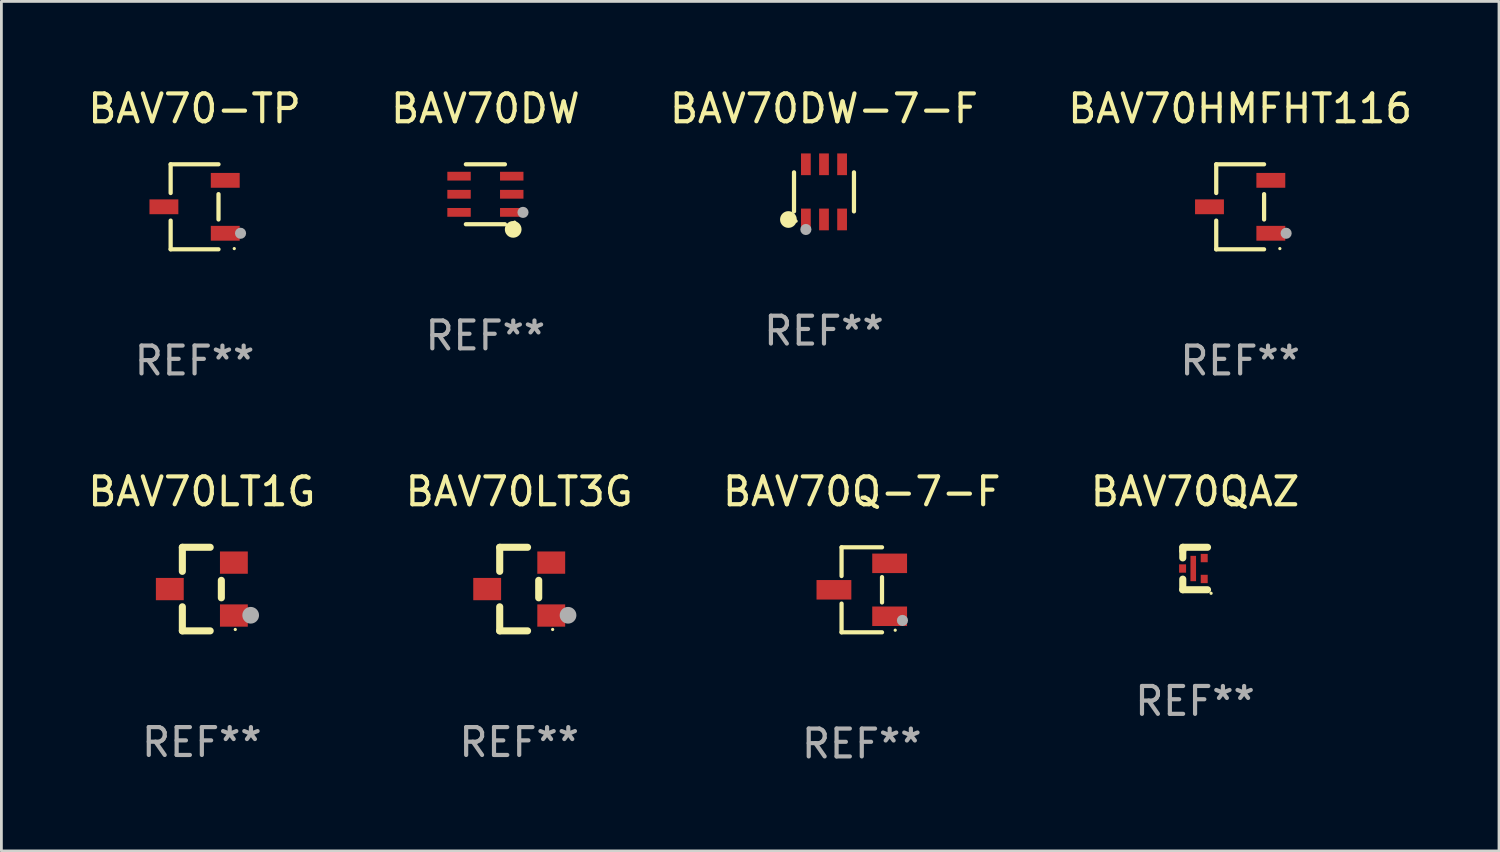
<source format=kicad_pcb>
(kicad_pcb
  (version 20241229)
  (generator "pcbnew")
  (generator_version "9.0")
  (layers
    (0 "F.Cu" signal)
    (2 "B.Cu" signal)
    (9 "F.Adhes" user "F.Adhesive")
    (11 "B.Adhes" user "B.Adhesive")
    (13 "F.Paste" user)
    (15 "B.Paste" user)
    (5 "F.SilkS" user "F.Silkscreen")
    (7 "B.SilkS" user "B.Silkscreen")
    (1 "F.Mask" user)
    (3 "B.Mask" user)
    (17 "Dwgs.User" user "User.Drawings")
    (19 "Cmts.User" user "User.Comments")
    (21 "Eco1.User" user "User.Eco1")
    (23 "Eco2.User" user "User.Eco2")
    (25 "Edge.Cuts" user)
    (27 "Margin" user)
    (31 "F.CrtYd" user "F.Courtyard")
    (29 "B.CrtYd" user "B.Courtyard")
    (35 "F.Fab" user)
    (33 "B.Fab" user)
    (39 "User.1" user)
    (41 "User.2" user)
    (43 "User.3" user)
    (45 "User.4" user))
  (footprint "BAV70Q-7-F"
    (layer "F.Cu")
    (at 27.887 18.123)
    (property "Reference" "BAV70Q-7-F" (at 0 -3.526 0) (layer "F.SilkS") (effects (font (size 1 1) (thickness 0.15))))
    (attr through_hole)
    (fp_line (start -0.726 -1.526) (end -0.726 -0.495) (stroke (width 0.152) (type solid)) (layer "F.SilkS"))
    (fp_line (start -0.726 1.526) (end -0.726 0.495) (stroke (width 0.152) (type solid)) (layer "F.SilkS"))
    (fp_line (start 0.726 -1.526) (end -0.726 -1.526) (stroke (width 0.152) (type solid)) (layer "F.SilkS"))
    (fp_line (start 0.726 -0.455) (end 0.726 0.455) (stroke (width 0.152) (type solid)) (layer "F.SilkS"))
    (fp_line (start 0.726 1.526) (end -0.726 1.526) (stroke (width 0.152) (type solid)) (layer "F.SilkS"))
    (fp_circle (center 1.2 1.45) (end 1.23 1.45) (stroke (width 0.06) (type solid)) (fill no) (layer "F.SilkS"))
    (fp_circle (center 1.46 1.1) (end 1.56 1.1) (stroke (width 0.2) (type solid)) (fill no) (layer "F.Fab"))
    (fp_text user "REF**" (at 0 5.526 0) (layer "F.Fab") (effects (font (size 1 1) (thickness 0.15))))
    (pad "1" smd rect (at 1 0.95) (size 1.25 0.7) (layers "F.Cu" "F.Mask" "F.Paste"))
    (pad "2" smd rect (at 1 -0.95) (size 1.25 0.7) (layers "F.Cu" "F.Mask" "F.Paste"))
    (pad "3" smd rect (at -1 0) (size 1.25 0.7) (layers "F.Cu" "F.Mask" "F.Paste")))
  (footprint "BAV70LT3G"
    (layer "F.Cu")
    (at 15.589 18.097)
    (property "Reference" "BAV70LT3G" (at 0 -3.5 0) (layer "F.SilkS") (effects (font (size 1 1) (thickness 0.15))))
    (attr through_hole)
    (fp_line (start -0.7 -1.5) (end 0.3 -1.5) (stroke (width 0.254) (type solid)) (layer "F.SilkS"))
    (fp_line (start -0.7 -0.636) (end -0.7 -1.5) (stroke (width 0.254) (type solid)) (layer "F.SilkS"))
    (fp_line (start -0.7 1.5) (end -0.7 0.636) (stroke (width 0.254) (type solid)) (layer "F.SilkS"))
    (fp_line (start -0.7 1.5) (end 0.3 1.5) (stroke (width 0.254) (type solid)) (layer "F.SilkS"))
    (fp_line (start 0.7 0.314) (end 0.7 -0.314) (stroke (width 0.254) (type solid)) (layer "F.SilkS"))
    (fp_circle (center 1.2 1.45) (end 1.23 1.45) (stroke (width 0.06) (type solid)) (fill no) (layer "F.SilkS"))
    (fp_circle (center 1.753 0.94) (end 1.903 0.94) (stroke (width 0.3) (type solid)) (fill no) (layer "F.Fab"))
    (fp_text user "REF**" (at 0 5.5 0) (layer "F.Fab") (effects (font (size 1 1) (thickness 0.15))))
    (pad "1" smd rect (at 1.15 0.95 180) (size 1 0.8) (layers "F.Cu" "F.Mask" "F.Paste"))
    (pad "2" smd rect (at 1.15 -0.95 180) (size 1 0.8) (layers "F.Cu" "F.Mask" "F.Paste"))
    (pad "3" smd rect (at -1.15 -0.000051 180) (size 1 0.8) (layers "F.Cu" "F.Mask" "F.Paste")))
  (footprint "BAV70DW-7-F"
    (layer "F.Cu")
    (at 26.53 3.838)
    (property "Reference" "BAV70DW-7-F" (at 0 -2.99 0) (layer "F.SilkS") (effects (font (size 1 1) (thickness 0.15))))
    (attr through_hole)
    (fp_line (start -1.076 0.701) (end -1.076 -0.701) (stroke (width 0.152) (type solid)) (layer "F.SilkS"))
    (fp_line (start 1.076 0.701) (end 1.076 -0.701) (stroke (width 0.152) (type solid)) (layer "F.SilkS"))
    (fp_circle (center -1.277 0.992) (end -1.127 0.992) (stroke (width 0.3) (type solid)) (fill no) (layer "F.SilkS"))
    (fp_circle (center -1 1.05) (end -0.97 1.05) (stroke (width 0.06) (type solid)) (fill no) (layer "F.SilkS"))
    (fp_circle (center -0.65 1.35) (end -0.55 1.35) (stroke (width 0.2) (type solid)) (fill no) (layer "F.Fab"))
    (fp_text user "REF**" (at 0 4.99 0) (layer "F.Fab") (effects (font (size 1 1) (thickness 0.15))))
    (pad "1" smd rect (at -0.65 0.99) (size 0.35 0.78) (layers "F.Cu" "F.Mask" "F.Paste"))
    (pad "2" smd rect (at 0 0.99) (size 0.35 0.78) (layers "F.Cu" "F.Mask" "F.Paste"))
    (pad "3" smd rect (at 0.65 0.99) (size 0.35 0.78) (layers "F.Cu" "F.Mask" "F.Paste"))
    (pad "4" smd rect (at 0.65 -0.99) (size 0.35 0.78) (layers "F.Cu" "F.Mask" "F.Paste"))
    (pad "5" smd rect (at 0 -0.99) (size 0.35 0.78) (layers "F.Cu" "F.Mask" "F.Paste"))
    (pad "6" smd rect (at -0.65 -0.99) (size 0.35 0.78) (layers "F.Cu" "F.Mask" "F.Paste")))
  (footprint "BAV70QAZ"
    (layer "F.Cu")
    (at 39.851 17.359)
    (property "Reference" "BAV70QAZ" (at 0 -2.762 0) (layer "F.SilkS") (effects (font (size 1 1) (thickness 0.15))))
    (attr through_hole)
    (fp_line (start -0.441 -0.762) (end 0.448 -0.762) (stroke (width 0.254) (type solid)) (layer "F.SilkS"))
    (fp_line (start -0.441 -0.635) (end -0.441 -0.762) (stroke (width 0.254) (type solid)) (layer "F.SilkS"))
    (fp_line (start -0.441 -0.381) (end -0.441 -0.635) (stroke (width 0.254) (type solid)) (layer "F.SilkS"))
    (fp_line (start -0.441 0.381) (end -0.441 0.762) (stroke (width 0.254) (type solid)) (layer "F.SilkS"))
    (fp_line (start -0.441 0.762) (end 0.448 0.762) (stroke (width 0.254) (type solid)) (layer "F.SilkS"))
    (fp_circle (center 0.575 0.889) (end 0.605 0.889) (stroke (width 0.06) (type solid)) (fill no) (layer "F.SilkS"))
    (fp_text user "REF**" (at 0 4.762 0) (layer "F.Fab") (effects (font (size 1 1) (thickness 0.15))))
    (pad "1" smd rect (at 0.329 0.375 270) (size 0.3 0.25) (layers "F.Cu" "F.Mask" "F.Paste"))
    (pad "2" smd rect (at 0.329 -0.375 270) (size 0.3 0.25) (layers "F.Cu" "F.Mask" "F.Paste"))
    (pad "3" smd rect (at -0.448 0 270) (size 0.3 0.25) (layers "F.Cu" "F.Mask" "F.Paste"))
    (pad "4" smd rect (at -0.065 0 270) (size 0.91 0.2) (layers "F.Cu" "F.Mask" "F.Paste")))
  (footprint "BAV70DW"
    (layer "F.Cu")
    (at 14.375 3.924)
    (property "Reference" "BAV70DW" (at 0 -3.076 0) (layer "F.SilkS") (effects (font (size 1 1) (thickness 0.15))))
    (attr through_hole)
    (fp_line (start 0.701 -1.076) (end -0.701 -1.076) (stroke (width 0.152) (type solid)) (layer "F.SilkS"))
    (fp_line (start 0.701 1.076) (end -0.701 1.076) (stroke (width 0.152) (type solid)) (layer "F.SilkS"))
    (fp_circle (center 0.998 1.26) (end 1.148 1.26) (stroke (width 0.3) (type solid)) (fill no) (layer "F.SilkS"))
    (fp_circle (center 1.05 1) (end 1.08 1) (stroke (width 0.06) (type solid)) (fill no) (layer "F.SilkS"))
    (fp_circle (center 1.35 0.65) (end 1.45 0.65) (stroke (width 0.2) (type solid)) (fill no) (layer "F.Fab"))
    (fp_text user "REF**" (at 0 5.076 0) (layer "F.Fab") (effects (font (size 1 1) (thickness 0.15))))
    (pad "1" smd rect (at 0.946 0.65) (size 0.841 0.315) (layers "F.Cu" "F.Mask" "F.Paste"))
    (pad "2" smd rect (at 0.946 0) (size 0.841 0.315) (layers "F.Cu" "F.Mask" "F.Paste"))
    (pad "3" smd rect (at 0.946 -0.65) (size 0.841 0.315) (layers "F.Cu" "F.Mask" "F.Paste"))
    (pad "4" smd rect (at -0.946 -0.65) (size 0.841 0.315) (layers "F.Cu" "F.Mask" "F.Paste"))
    (pad "5" smd rect (at -0.946 0) (size 0.841 0.315) (layers "F.Cu" "F.Mask" "F.Paste"))
    (pad "6" smd rect (at -0.946 0.65) (size 0.841 0.315) (layers "F.Cu" "F.Mask" "F.Paste")))
  (footprint "BAV70HMFHT116"
    (layer "F.Cu")
    (at 41.47 4.374)
    (property "Reference" "BAV70HMFHT116" (at 0 -3.526 0) (layer "F.SilkS") (effects (font (size 1 1) (thickness 0.15))))
    (attr through_hole)
    (fp_line (start -0.859 -1.526) (end -0.859 -0.495) (stroke (width 0.152) (type solid)) (layer "F.SilkS"))
    (fp_line (start -0.859 1.526) (end -0.859 0.495) (stroke (width 0.152) (type solid)) (layer "F.SilkS"))
    (fp_line (start 0.859 -1.526) (end -0.859 -1.526) (stroke (width 0.152) (type solid)) (layer "F.SilkS"))
    (fp_line (start 0.859 -0.455) (end 0.859 0.455) (stroke (width 0.152) (type solid)) (layer "F.SilkS"))
    (fp_line (start 0.859 1.526) (end -0.859 1.526) (stroke (width 0.152) (type solid)) (layer "F.SilkS"))
    (fp_circle (center 1.425 1.5) (end 1.455 1.5) (stroke (width 0.06) (type solid)) (fill no) (layer "F.SilkS"))
    (fp_circle (center 1.65 0.95) (end 1.75 0.95) (stroke (width 0.2) (type solid)) (fill no) (layer "F.Fab"))
    (fp_text user "REF**" (at 0 5.526 0) (layer "F.Fab") (effects (font (size 1 1) (thickness 0.15))))
    (pad "1" smd rect (at 1.101 0.95) (size 1.037 0.532) (layers "F.Cu" "F.Mask" "F.Paste"))
    (pad "2" smd rect (at 1.101 -0.95) (size 1.037 0.532) (layers "F.Cu" "F.Mask" "F.Paste"))
    (pad "3" smd rect (at -1.101 0) (size 1.037 0.532) (layers "F.Cu" "F.Mask" "F.Paste")))
  (footprint "BAV70-TP"
    (layer "F.Cu")
    (at 3.935 4.374)
    (property "Reference" "BAV70-TP" (at 0 -3.526 0) (layer "F.SilkS") (effects (font (size 1 1) (thickness 0.15))))
    (attr through_hole)
    (fp_line (start -0.859 -1.526) (end -0.859 -0.495) (stroke (width 0.152) (type solid)) (layer "F.SilkS"))
    (fp_line (start -0.859 1.526) (end -0.859 0.495) (stroke (width 0.152) (type solid)) (layer "F.SilkS"))
    (fp_line (start 0.859 -1.526) (end -0.859 -1.526) (stroke (width 0.152) (type solid)) (layer "F.SilkS"))
    (fp_line (start 0.859 -0.455) (end 0.859 0.455) (stroke (width 0.152) (type solid)) (layer "F.SilkS"))
    (fp_line (start 0.859 1.526) (end -0.859 1.526) (stroke (width 0.152) (type solid)) (layer "F.SilkS"))
    (fp_circle (center 1.425 1.5) (end 1.455 1.5) (stroke (width 0.06) (type solid)) (fill no) (layer "F.SilkS"))
    (fp_circle (center 1.65 0.95) (end 1.75 0.95) (stroke (width 0.2) (type solid)) (fill no) (layer "F.Fab"))
    (fp_text user "REF**" (at 0 5.526 0) (layer "F.Fab") (effects (font (size 1 1) (thickness 0.15))))
    (pad "1" smd rect (at 1.101 0.95) (size 1.037 0.532) (layers "F.Cu" "F.Mask" "F.Paste"))
    (pad "2" smd rect (at 1.101 -0.95) (size 1.037 0.532) (layers "F.Cu" "F.Mask" "F.Paste"))
    (pad "3" smd rect (at -1.101 0) (size 1.037 0.532) (layers "F.Cu" "F.Mask" "F.Paste")))
  (footprint "BAV70LT1G"
    (layer "F.Cu")
    (at 4.196 18.097)
    (property "Reference" "BAV70LT1G" (at 0 -3.5 0) (layer "F.SilkS") (effects (font (size 1 1) (thickness 0.15))))
    (attr through_hole)
    (fp_line (start -0.7 -1.5) (end 0.3 -1.5) (stroke (width 0.254) (type solid)) (layer "F.SilkS"))
    (fp_line (start -0.7 -0.636) (end -0.7 -1.5) (stroke (width 0.254) (type solid)) (layer "F.SilkS"))
    (fp_line (start -0.7 1.5) (end -0.7 0.636) (stroke (width 0.254) (type solid)) (layer "F.SilkS"))
    (fp_line (start -0.7 1.5) (end 0.3 1.5) (stroke (width 0.254) (type solid)) (layer "F.SilkS"))
    (fp_line (start 0.7 0.314) (end 0.7 -0.314) (stroke (width 0.254) (type solid)) (layer "F.SilkS"))
    (fp_circle (center 1.2 1.45) (end 1.23 1.45) (stroke (width 0.06) (type solid)) (fill no) (layer "F.SilkS"))
    (fp_circle (center 1.753 0.94) (end 1.903 0.94) (stroke (width 0.3) (type solid)) (fill no) (layer "F.Fab"))
    (fp_text user "REF**" (at 0 5.5 0) (layer "F.Fab") (effects (font (size 1 1) (thickness 0.15))))
    (pad "1" smd rect (at 1.15 0.95 180) (size 1 0.8) (layers "F.Cu" "F.Mask" "F.Paste"))
    (pad "2" smd rect (at 1.15 -0.95 180) (size 1 0.8) (layers "F.Cu" "F.Mask" "F.Paste"))
    (pad "3" smd rect (at -1.15 -0.000051 180) (size 1 0.8) (layers "F.Cu" "F.Mask" "F.Paste")))
  (gr_rect
    (start -3 -3)
    (end 50.762 27.498)
    (stroke (width 0.1) (type default))
    (fill no)
    (layer "Edge.Cuts")))
</source>
